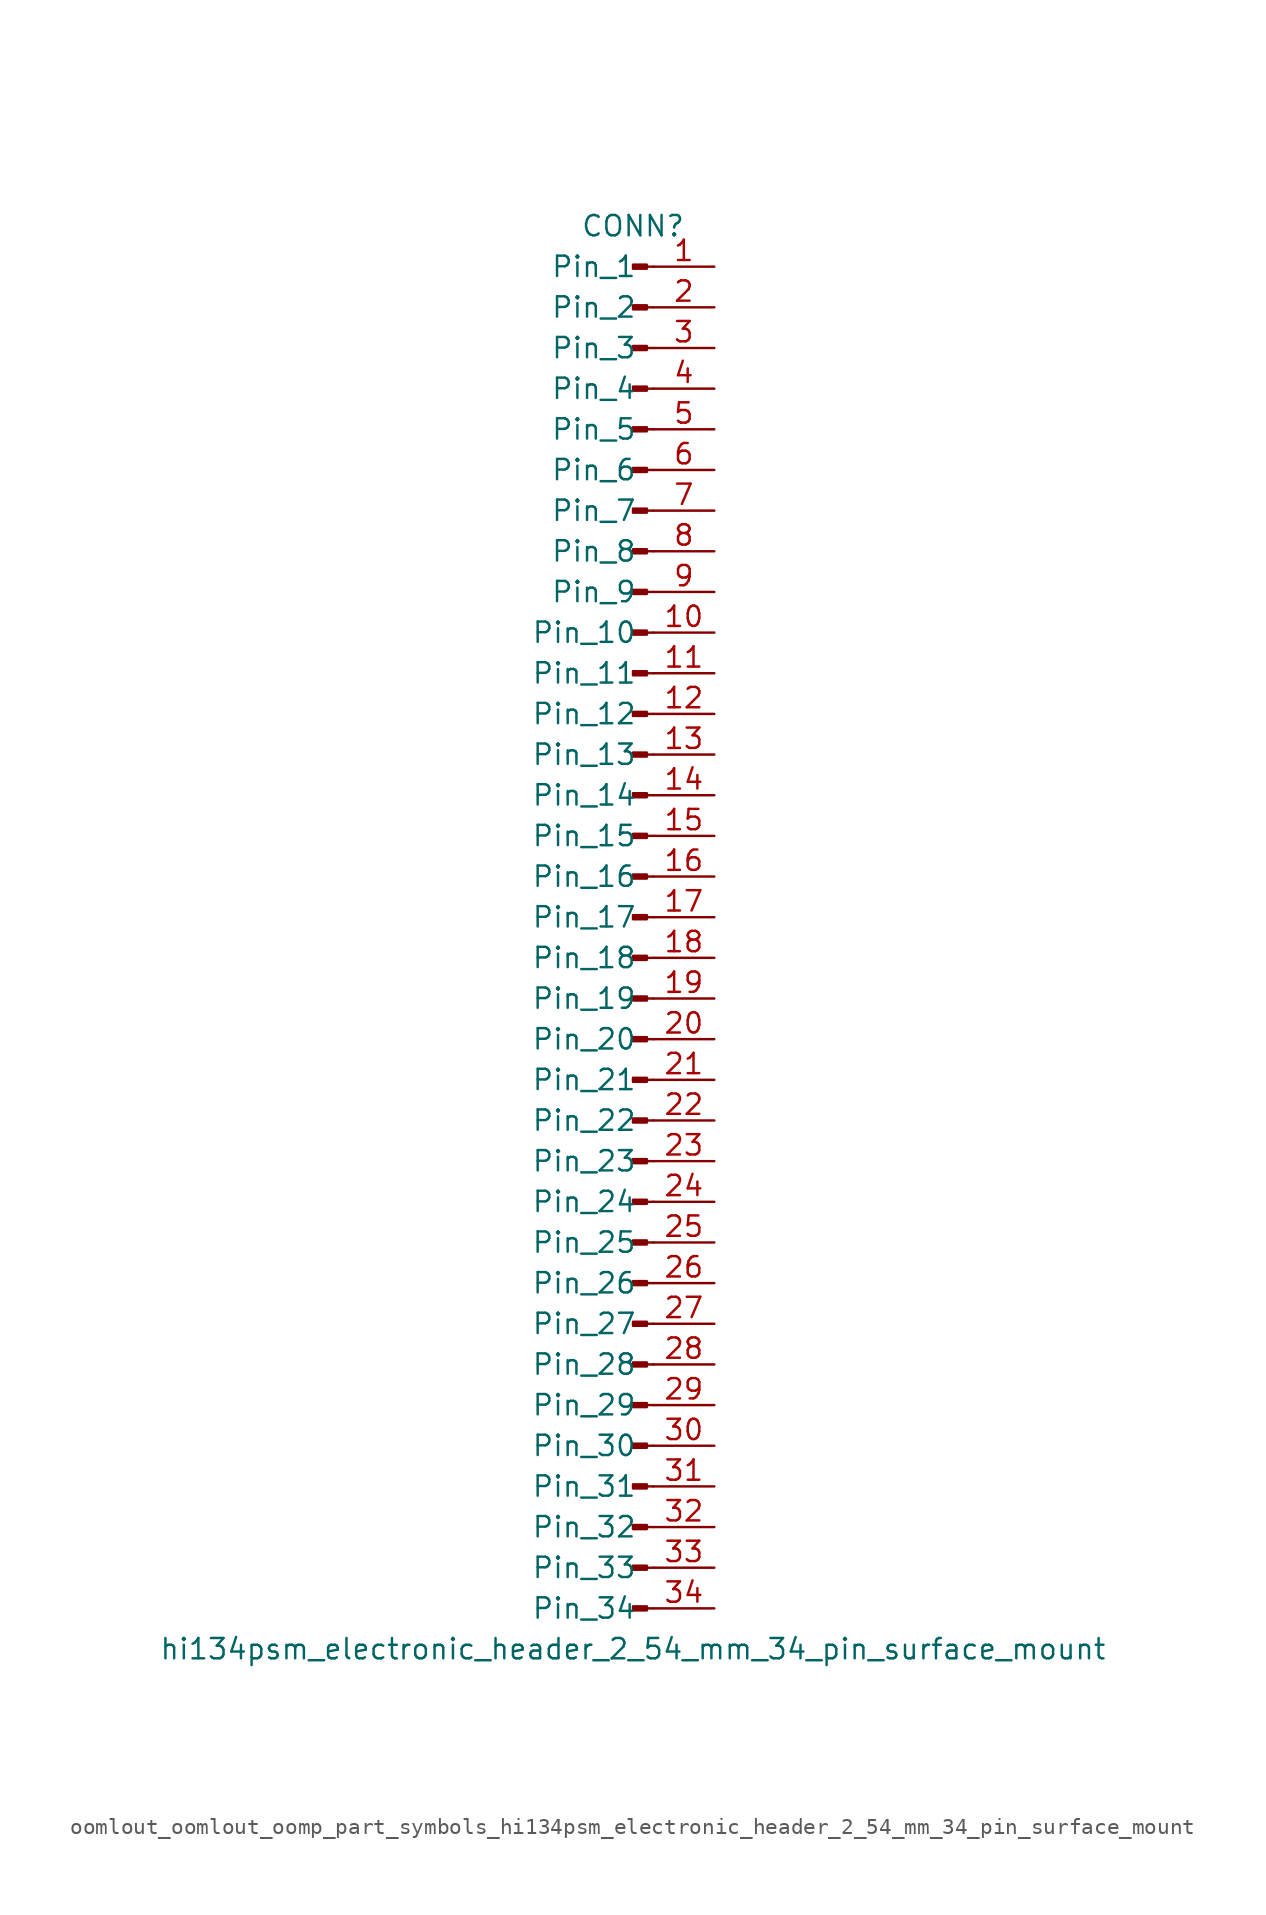
<source format=kicad_sym>
(kicad_symbol_lib
  (version 20220914)
  (generator kicad_symbol_editor)
  (symbol "oomlout_oomlout_oomp_part_symbols_hi134psm_electronic_header_2_54_mm_34_pin_surface_mount"
    (pin_names
      (offset 1.016))
    (property "Reference" "CONN"
      (at 0 43.18 0)
      (effects (font (size 1.27 1.27))))
    (property "Value" "hi134psm_electronic_header_2_54_mm_34_pin_surface_mount"
      (at 0 -45.72 0)
      (effects (font (size 1.27 1.27))))
    (property "ki_locked" ""
      (at 0 0 0)
      (effects (font (size 1.27 1.27))))
    (symbol "oomlout_oomlout_oomp_part_symbols_hi134psm_electronic_header_2_54_mm_34_pin_surface_mount_1_1"
      (polyline (pts (xy 1.27 -43.18) (xy 0.864 -43.18)) (stroke (width 0.152) (type default)) (fill (type none)))
      (polyline (pts (xy 1.27 -40.64) (xy 0.864 -40.64)) (stroke (width 0.152) (type default)) (fill (type none)))
      (polyline (pts (xy 1.27 -38.1) (xy 0.864 -38.1)) (stroke (width 0.152) (type default)) (fill (type none)))
      (polyline (pts (xy 1.27 -35.56) (xy 0.864 -35.56)) (stroke (width 0.152) (type default)) (fill (type none)))
      (polyline (pts (xy 1.27 -33.02) (xy 0.864 -33.02)) (stroke (width 0.152) (type default)) (fill (type none)))
      (polyline (pts (xy 1.27 -30.48) (xy 0.864 -30.48)) (stroke (width 0.152) (type default)) (fill (type none)))
      (polyline (pts (xy 1.27 -27.94) (xy 0.864 -27.94)) (stroke (width 0.152) (type default)) (fill (type none)))
      (polyline (pts (xy 1.27 -25.4) (xy 0.864 -25.4)) (stroke (width 0.152) (type default)) (fill (type none)))
      (polyline (pts (xy 1.27 -22.86) (xy 0.864 -22.86)) (stroke (width 0.152) (type default)) (fill (type none)))
      (polyline (pts (xy 1.27 -20.32) (xy 0.864 -20.32)) (stroke (width 0.152) (type default)) (fill (type none)))
      (polyline (pts (xy 1.27 -17.78) (xy 0.864 -17.78)) (stroke (width 0.152) (type default)) (fill (type none)))
      (polyline (pts (xy 1.27 -15.24) (xy 0.864 -15.24)) (stroke (width 0.152) (type default)) (fill (type none)))
      (polyline (pts (xy 1.27 -12.7) (xy 0.864 -12.7)) (stroke (width 0.152) (type default)) (fill (type none)))
      (polyline (pts (xy 1.27 -10.16) (xy 0.864 -10.16)) (stroke (width 0.152) (type default)) (fill (type none)))
      (polyline (pts (xy 1.27 -7.62) (xy 0.864 -7.62)) (stroke (width 0.152) (type default)) (fill (type none)))
      (polyline (pts (xy 1.27 -5.08) (xy 0.864 -5.08)) (stroke (width 0.152) (type default)) (fill (type none)))
      (polyline (pts (xy 1.27 -2.54) (xy 0.864 -2.54)) (stroke (width 0.152) (type default)) (fill (type none)))
      (polyline (pts (xy 1.27 0) (xy 0.864 0)) (stroke (width 0.152) (type default)) (fill (type none)))
      (polyline (pts (xy 1.27 2.54) (xy 0.864 2.54)) (stroke (width 0.152) (type default)) (fill (type none)))
      (polyline (pts (xy 1.27 5.08) (xy 0.864 5.08)) (stroke (width 0.152) (type default)) (fill (type none)))
      (polyline (pts (xy 1.27 7.62) (xy 0.864 7.62)) (stroke (width 0.152) (type default)) (fill (type none)))
      (polyline (pts (xy 1.27 10.16) (xy 0.864 10.16)) (stroke (width 0.152) (type default)) (fill (type none)))
      (polyline (pts (xy 1.27 12.7) (xy 0.864 12.7)) (stroke (width 0.152) (type default)) (fill (type none)))
      (polyline (pts (xy 1.27 15.24) (xy 0.864 15.24)) (stroke (width 0.152) (type default)) (fill (type none)))
      (polyline (pts (xy 1.27 17.78) (xy 0.864 17.78)) (stroke (width 0.152) (type default)) (fill (type none)))
      (polyline (pts (xy 1.27 20.32) (xy 0.864 20.32)) (stroke (width 0.152) (type default)) (fill (type none)))
      (polyline (pts (xy 1.27 22.86) (xy 0.864 22.86)) (stroke (width 0.152) (type default)) (fill (type none)))
      (polyline (pts (xy 1.27 25.4) (xy 0.864 25.4)) (stroke (width 0.152) (type default)) (fill (type none)))
      (polyline (pts (xy 1.27 27.94) (xy 0.864 27.94)) (stroke (width 0.152) (type default)) (fill (type none)))
      (polyline (pts (xy 1.27 30.48) (xy 0.864 30.48)) (stroke (width 0.152) (type default)) (fill (type none)))
      (polyline (pts (xy 1.27 33.02) (xy 0.864 33.02)) (stroke (width 0.152) (type default)) (fill (type none)))
      (polyline (pts (xy 1.27 35.56) (xy 0.864 35.56)) (stroke (width 0.152) (type default)) (fill (type none)))
      (polyline (pts (xy 1.27 38.1) (xy 0.864 38.1)) (stroke (width 0.152) (type default)) (fill (type none)))
      (polyline (pts (xy 1.27 40.64) (xy 0.864 40.64)) (stroke (width 0.152) (type default)) (fill (type none)))
      (rectangle (start 0.864 -43.053) (end 0 -43.307) (stroke (width 0.152) (type default)) (fill (type outline)))
      (rectangle (start 0.864 -40.513) (end 0 -40.767) (stroke (width 0.152) (type default)) (fill (type outline)))
      (rectangle (start 0.864 -37.973) (end 0 -38.227) (stroke (width 0.152) (type default)) (fill (type outline)))
      (rectangle (start 0.864 -35.433) (end 0 -35.687) (stroke (width 0.152) (type default)) (fill (type outline)))
      (rectangle (start 0.864 -32.893) (end 0 -33.147) (stroke (width 0.152) (type default)) (fill (type outline)))
      (rectangle (start 0.864 -30.353) (end 0 -30.607) (stroke (width 0.152) (type default)) (fill (type outline)))
      (rectangle (start 0.864 -27.813) (end 0 -28.067) (stroke (width 0.152) (type default)) (fill (type outline)))
      (rectangle (start 0.864 -25.273) (end 0 -25.527) (stroke (width 0.152) (type default)) (fill (type outline)))
      (rectangle (start 0.864 -22.733) (end 0 -22.987) (stroke (width 0.152) (type default)) (fill (type outline)))
      (rectangle (start 0.864 -20.193) (end 0 -20.447) (stroke (width 0.152) (type default)) (fill (type outline)))
      (rectangle (start 0.864 -17.653) (end 0 -17.907) (stroke (width 0.152) (type default)) (fill (type outline)))
      (rectangle (start 0.864 -15.113) (end 0 -15.367) (stroke (width 0.152) (type default)) (fill (type outline)))
      (rectangle (start 0.864 -12.573) (end 0 -12.827) (stroke (width 0.152) (type default)) (fill (type outline)))
      (rectangle (start 0.864 -10.033) (end 0 -10.287) (stroke (width 0.152) (type default)) (fill (type outline)))
      (rectangle (start 0.864 -7.493) (end 0 -7.747) (stroke (width 0.152) (type default)) (fill (type outline)))
      (rectangle (start 0.864 -4.953) (end 0 -5.207) (stroke (width 0.152) (type default)) (fill (type outline)))
      (rectangle (start 0.864 -2.413) (end 0 -2.667) (stroke (width 0.152) (type default)) (fill (type outline)))
      (rectangle (start 0.864 0.127) (end 0 -0.127) (stroke (width 0.152) (type default)) (fill (type outline)))
      (rectangle (start 0.864 2.667) (end 0 2.413) (stroke (width 0.152) (type default)) (fill (type outline)))
      (rectangle (start 0.864 5.207) (end 0 4.953) (stroke (width 0.152) (type default)) (fill (type outline)))
      (rectangle (start 0.864 7.747) (end 0 7.493) (stroke (width 0.152) (type default)) (fill (type outline)))
      (rectangle (start 0.864 10.287) (end 0 10.033) (stroke (width 0.152) (type default)) (fill (type outline)))
      (rectangle (start 0.864 12.827) (end 0 12.573) (stroke (width 0.152) (type default)) (fill (type outline)))
      (rectangle (start 0.864 15.367) (end 0 15.113) (stroke (width 0.152) (type default)) (fill (type outline)))
      (rectangle (start 0.864 17.907) (end 0 17.653) (stroke (width 0.152) (type default)) (fill (type outline)))
      (rectangle (start 0.864 20.447) (end 0 20.193) (stroke (width 0.152) (type default)) (fill (type outline)))
      (rectangle (start 0.864 22.987) (end 0 22.733) (stroke (width 0.152) (type default)) (fill (type outline)))
      (rectangle (start 0.864 25.527) (end 0 25.273) (stroke (width 0.152) (type default)) (fill (type outline)))
      (rectangle (start 0.864 28.067) (end 0 27.813) (stroke (width 0.152) (type default)) (fill (type outline)))
      (rectangle (start 0.864 30.607) (end 0 30.353) (stroke (width 0.152) (type default)) (fill (type outline)))
      (rectangle (start 0.864 33.147) (end 0 32.893) (stroke (width 0.152) (type default)) (fill (type outline)))
      (rectangle (start 0.864 35.687) (end 0 35.433) (stroke (width 0.152) (type default)) (fill (type outline)))
      (rectangle (start 0.864 38.227) (end 0 37.973) (stroke (width 0.152) (type default)) (fill (type outline)))
      (rectangle (start 0.864 40.767) (end 0 40.513) (stroke (width 0.152) (type default)) (fill (type outline)))
      (pin passive line (at 5.08 40.64 180) (length 3.81) (name "Pin_1" (effects (font (size 1.27 1.27)))) (number "1" (effects (font (size 1.27 1.27)))))
      (pin passive line (at 5.08 17.78 180) (length 3.81) (name "Pin_10" (effects (font (size 1.27 1.27)))) (number "10" (effects (font (size 1.27 1.27)))))
      (pin passive line (at 5.08 15.24 180) (length 3.81) (name "Pin_11" (effects (font (size 1.27 1.27)))) (number "11" (effects (font (size 1.27 1.27)))))
      (pin passive line (at 5.08 12.7 180) (length 3.81) (name "Pin_12" (effects (font (size 1.27 1.27)))) (number "12" (effects (font (size 1.27 1.27)))))
      (pin passive line (at 5.08 10.16 180) (length 3.81) (name "Pin_13" (effects (font (size 1.27 1.27)))) (number "13" (effects (font (size 1.27 1.27)))))
      (pin passive line (at 5.08 7.62 180) (length 3.81) (name "Pin_14" (effects (font (size 1.27 1.27)))) (number "14" (effects (font (size 1.27 1.27)))))
      (pin passive line (at 5.08 5.08 180) (length 3.81) (name "Pin_15" (effects (font (size 1.27 1.27)))) (number "15" (effects (font (size 1.27 1.27)))))
      (pin passive line (at 5.08 2.54 180) (length 3.81) (name "Pin_16" (effects (font (size 1.27 1.27)))) (number "16" (effects (font (size 1.27 1.27)))))
      (pin passive line (at 5.08 0 180) (length 3.81) (name "Pin_17" (effects (font (size 1.27 1.27)))) (number "17" (effects (font (size 1.27 1.27)))))
      (pin passive line (at 5.08 -2.54 180) (length 3.81) (name "Pin_18" (effects (font (size 1.27 1.27)))) (number "18" (effects (font (size 1.27 1.27)))))
      (pin passive line (at 5.08 -5.08 180) (length 3.81) (name "Pin_19" (effects (font (size 1.27 1.27)))) (number "19" (effects (font (size 1.27 1.27)))))
      (pin passive line (at 5.08 38.1 180) (length 3.81) (name "Pin_2" (effects (font (size 1.27 1.27)))) (number "2" (effects (font (size 1.27 1.27)))))
      (pin passive line (at 5.08 -7.62 180) (length 3.81) (name "Pin_20" (effects (font (size 1.27 1.27)))) (number "20" (effects (font (size 1.27 1.27)))))
      (pin passive line (at 5.08 -10.16 180) (length 3.81) (name "Pin_21" (effects (font (size 1.27 1.27)))) (number "21" (effects (font (size 1.27 1.27)))))
      (pin passive line (at 5.08 -12.7 180) (length 3.81) (name "Pin_22" (effects (font (size 1.27 1.27)))) (number "22" (effects (font (size 1.27 1.27)))))
      (pin passive line (at 5.08 -15.24 180) (length 3.81) (name "Pin_23" (effects (font (size 1.27 1.27)))) (number "23" (effects (font (size 1.27 1.27)))))
      (pin passive line (at 5.08 -17.78 180) (length 3.81) (name "Pin_24" (effects (font (size 1.27 1.27)))) (number "24" (effects (font (size 1.27 1.27)))))
      (pin passive line (at 5.08 -20.32 180) (length 3.81) (name "Pin_25" (effects (font (size 1.27 1.27)))) (number "25" (effects (font (size 1.27 1.27)))))
      (pin passive line (at 5.08 -22.86 180) (length 3.81) (name "Pin_26" (effects (font (size 1.27 1.27)))) (number "26" (effects (font (size 1.27 1.27)))))
      (pin passive line (at 5.08 -25.4 180) (length 3.81) (name "Pin_27" (effects (font (size 1.27 1.27)))) (number "27" (effects (font (size 1.27 1.27)))))
      (pin passive line (at 5.08 -27.94 180) (length 3.81) (name "Pin_28" (effects (font (size 1.27 1.27)))) (number "28" (effects (font (size 1.27 1.27)))))
      (pin passive line (at 5.08 -30.48 180) (length 3.81) (name "Pin_29" (effects (font (size 1.27 1.27)))) (number "29" (effects (font (size 1.27 1.27)))))
      (pin passive line (at 5.08 35.56 180) (length 3.81) (name "Pin_3" (effects (font (size 1.27 1.27)))) (number "3" (effects (font (size 1.27 1.27)))))
      (pin passive line (at 5.08 -33.02 180) (length 3.81) (name "Pin_30" (effects (font (size 1.27 1.27)))) (number "30" (effects (font (size 1.27 1.27)))))
      (pin passive line (at 5.08 -35.56 180) (length 3.81) (name "Pin_31" (effects (font (size 1.27 1.27)))) (number "31" (effects (font (size 1.27 1.27)))))
      (pin passive line (at 5.08 -38.1 180) (length 3.81) (name "Pin_32" (effects (font (size 1.27 1.27)))) (number "32" (effects (font (size 1.27 1.27)))))
      (pin passive line (at 5.08 -40.64 180) (length 3.81) (name "Pin_33" (effects (font (size 1.27 1.27)))) (number "33" (effects (font (size 1.27 1.27)))))
      (pin passive line (at 5.08 -43.18 180) (length 3.81) (name "Pin_34" (effects (font (size 1.27 1.27)))) (number "34" (effects (font (size 1.27 1.27)))))
      (pin passive line (at 5.08 33.02 180) (length 3.81) (name "Pin_4" (effects (font (size 1.27 1.27)))) (number "4" (effects (font (size 1.27 1.27)))))
      (pin passive line (at 5.08 30.48 180) (length 3.81) (name "Pin_5" (effects (font (size 1.27 1.27)))) (number "5" (effects (font (size 1.27 1.27)))))
      (pin passive line (at 5.08 27.94 180) (length 3.81) (name "Pin_6" (effects (font (size 1.27 1.27)))) (number "6" (effects (font (size 1.27 1.27)))))
      (pin passive line (at 5.08 25.4 180) (length 3.81) (name "Pin_7" (effects (font (size 1.27 1.27)))) (number "7" (effects (font (size 1.27 1.27)))))
      (pin passive line (at 5.08 22.86 180) (length 3.81) (name "Pin_8" (effects (font (size 1.27 1.27)))) (number "8" (effects (font (size 1.27 1.27)))))
      (pin passive line (at 5.08 20.32 180) (length 3.81) (name "Pin_9" (effects (font (size 1.27 1.27)))) (number "9" (effects (font (size 1.27 1.27))))))))
</source>
